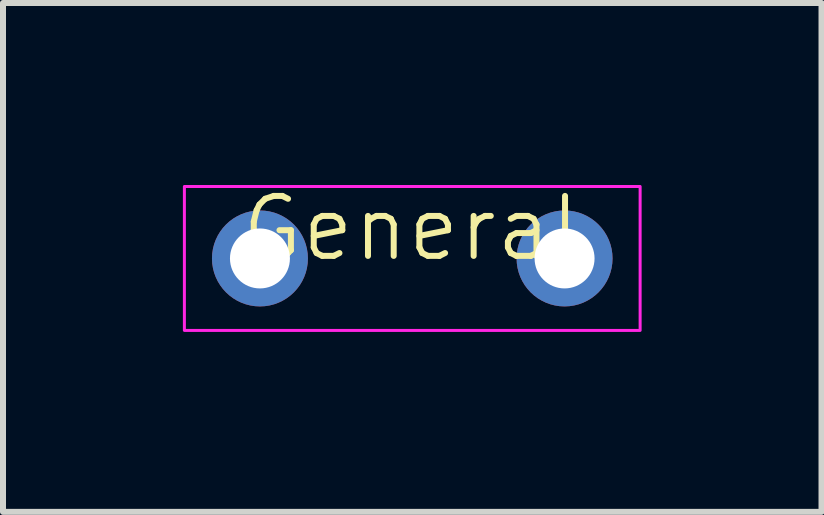
<source format=kicad_pcb>
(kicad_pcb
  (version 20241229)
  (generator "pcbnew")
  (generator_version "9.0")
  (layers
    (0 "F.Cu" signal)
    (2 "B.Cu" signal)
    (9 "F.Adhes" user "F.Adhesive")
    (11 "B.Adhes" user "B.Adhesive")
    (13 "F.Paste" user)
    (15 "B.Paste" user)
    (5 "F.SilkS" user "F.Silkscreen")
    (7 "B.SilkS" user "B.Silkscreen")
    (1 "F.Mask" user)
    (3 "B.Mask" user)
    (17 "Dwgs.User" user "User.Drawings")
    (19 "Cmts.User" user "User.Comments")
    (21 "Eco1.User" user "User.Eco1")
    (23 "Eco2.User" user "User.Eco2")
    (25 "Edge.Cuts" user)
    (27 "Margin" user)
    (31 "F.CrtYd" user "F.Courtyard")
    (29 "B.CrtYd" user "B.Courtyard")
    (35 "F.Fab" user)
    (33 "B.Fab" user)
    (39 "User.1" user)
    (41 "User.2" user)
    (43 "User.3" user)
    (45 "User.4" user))
  (footprint "General"
    (layer "F.Cu")
    (at 3.825 1.26)
    (property "Reference" "General" (at 0 -0.5 0) (unlocked yes) (layer "F.SilkS") (effects (font (size 1 1) (thickness 0.1))))
    (attr smd)
    (fp_rect (start -3.8 -1.2) (end 3.8 1.2) (stroke (width 0.05) (type default)) (fill no) (layer "F.CrtYd"))
    (pad "1" thru_hole circle (at -2.54 0) (size 1.6 1.6) (drill 1) (layers "*.Cu" "*.Mask"))
    (pad "2" thru_hole circle (at 2.54 0) (size 1.6 1.6) (drill 1) (layers "*.Cu" "*.Mask")))
  (gr_rect
    (start -3 -3)
    (end 10.65 5.486)
    (stroke (width 0.1) (type default))
    (fill no)
    (layer "Edge.Cuts")))
</source>
